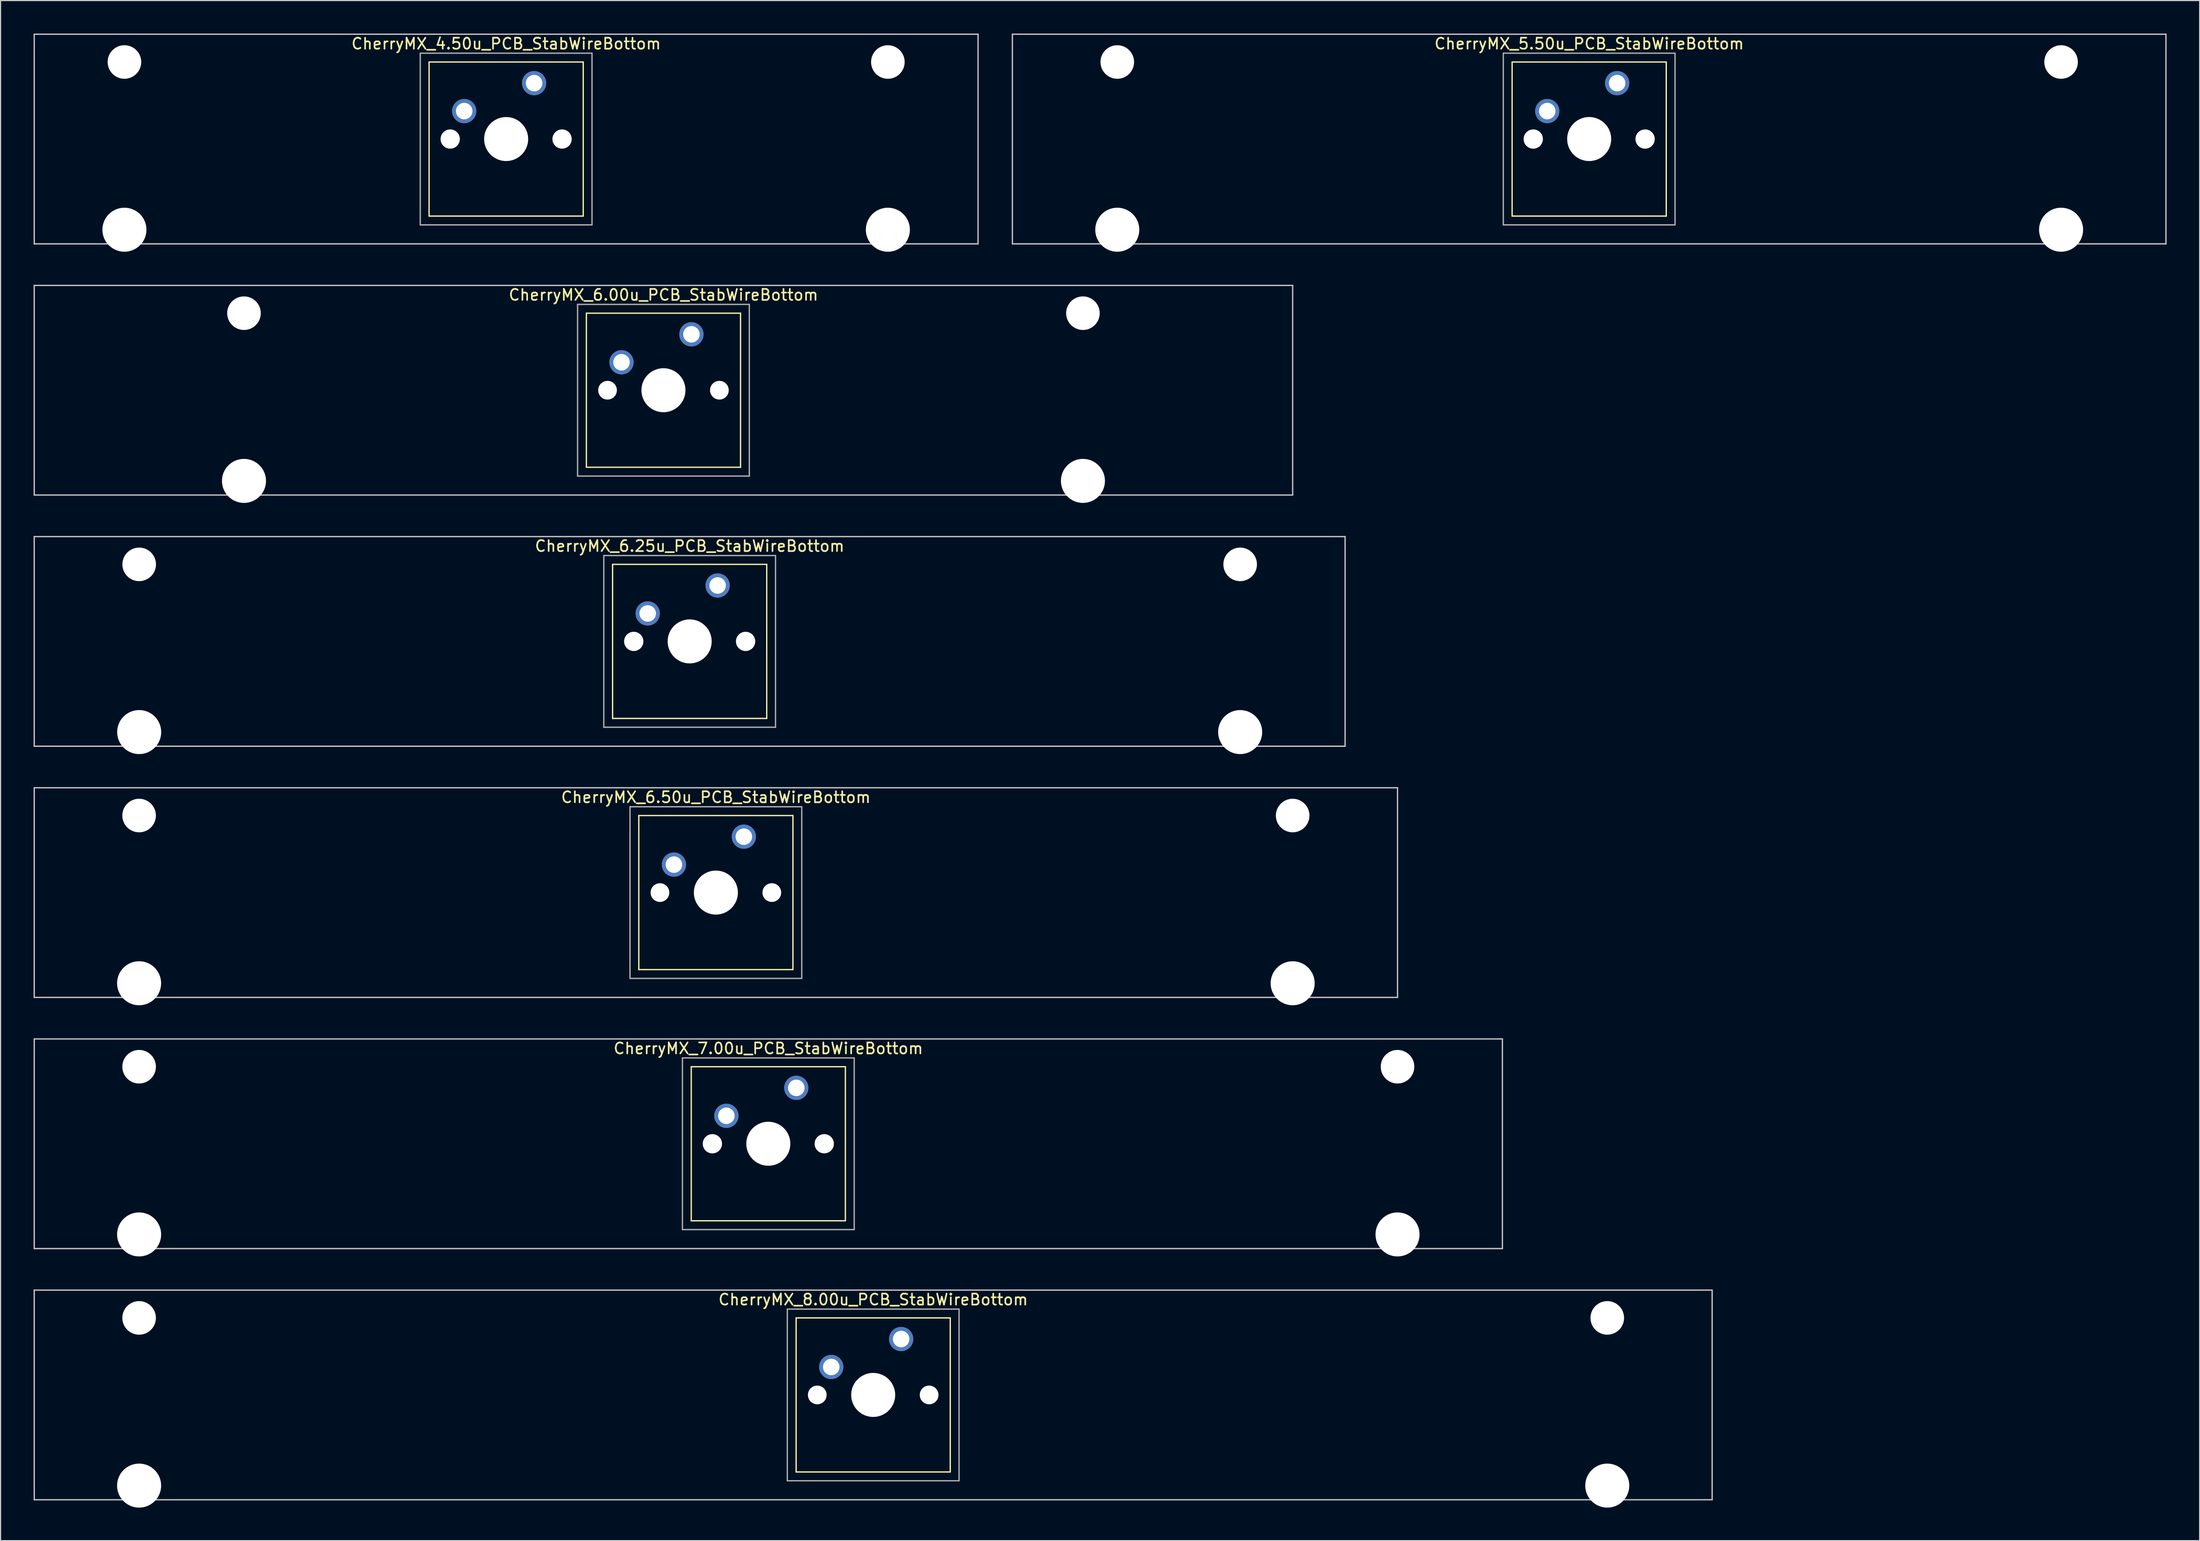
<source format=kicad_pcb>
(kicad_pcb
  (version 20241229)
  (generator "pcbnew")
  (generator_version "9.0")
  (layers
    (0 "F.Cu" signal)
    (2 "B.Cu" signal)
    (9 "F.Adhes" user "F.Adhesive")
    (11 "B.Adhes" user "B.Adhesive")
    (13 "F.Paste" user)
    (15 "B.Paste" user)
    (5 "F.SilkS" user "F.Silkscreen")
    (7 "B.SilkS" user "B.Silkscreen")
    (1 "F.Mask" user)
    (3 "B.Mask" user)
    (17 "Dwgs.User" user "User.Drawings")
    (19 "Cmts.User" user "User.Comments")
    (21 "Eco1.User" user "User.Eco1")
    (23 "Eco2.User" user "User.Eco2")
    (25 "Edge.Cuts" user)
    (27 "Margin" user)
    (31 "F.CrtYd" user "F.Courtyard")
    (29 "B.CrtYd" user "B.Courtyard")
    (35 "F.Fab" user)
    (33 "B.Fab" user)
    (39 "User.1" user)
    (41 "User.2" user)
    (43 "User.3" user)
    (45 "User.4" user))
  (footprint "CherryMX_7.00u_PCB_StabWireBottom"
    (layer "F.Cu")
    (at 66.735 100.885)
    (property "Reference" "CherryMX_7.00u_PCB_StabWireBottom" (at 0 -8.662 0) (layer "F.SilkS") (effects (font (size 1 1) (thickness 0.15))))
    (attr through_hole)
    (fp_line (start -7 -7) (end -7 7) (stroke (width 0.12) (type solid)) (layer "F.SilkS"))
    (fp_line (start -7 -7) (end 7 -7) (stroke (width 0.12) (type solid)) (layer "F.SilkS"))
    (fp_line (start 7 -7) (end 7 7) (stroke (width 0.12) (type solid)) (layer "F.SilkS"))
    (fp_line (start 7 7) (end -7 7) (stroke (width 0.12) (type solid)) (layer "F.SilkS"))
    (fp_line (start -66.675 -9.525) (end 66.675 -9.525) (stroke (width 0.12) (type solid)) (layer "Dwgs.User"))
    (fp_line (start -66.675 9.525) (end -66.675 -9.525) (stroke (width 0.12) (type solid)) (layer "Dwgs.User"))
    (fp_line (start 66.675 -9.525) (end 66.675 9.525) (stroke (width 0.12) (type solid)) (layer "Dwgs.User"))
    (fp_line (start 66.675 9.525) (end -66.675 9.525) (stroke (width 0.12) (type solid)) (layer "Dwgs.User"))
    (fp_line (start -7.8 -7.8) (end -7.8 7.8) (stroke (width 0.12) (type solid)) (layer "F.Fab"))
    (fp_line (start -7.8 -7.8) (end 7.8 -7.8) (stroke (width 0.12) (type solid)) (layer "F.Fab"))
    (fp_line (start -7.8 7.8) (end 7.8 7.8) (stroke (width 0.12) (type solid)) (layer "F.Fab"))
    (fp_line (start 7.8 -7.8) (end 7.8 7.8) (stroke (width 0.12) (type solid)) (layer "F.Fab"))
    (pad "" np_thru_hole circle (at -57.15 -7) (size 3.05 3.05) (drill 3.05) (layers "*.Cu" "*.Mask"))
    (pad "" np_thru_hole circle (at -57.15 8.24) (size 4 4) (drill 4) (layers "*.Cu" "*.Mask"))
    (pad "" np_thru_hole circle (at -5.08 0) (size 1.75 1.75) (drill 1.75) (layers "*.Cu" "*.Mask"))
    (pad "" np_thru_hole circle (at 0 0) (size 4 4) (drill 4) (layers "*.Cu" "*.Mask"))
    (pad "" np_thru_hole circle (at 5.08 0) (size 1.75 1.75) (drill 1.75) (layers "*.Cu" "*.Mask"))
    (pad "" np_thru_hole circle (at 57.15 -7) (size 3.05 3.05) (drill 3.05) (layers "*.Cu" "*.Mask"))
    (pad "" np_thru_hole circle (at 57.15 8.24) (size 4 4) (drill 4) (layers "*.Cu" "*.Mask"))
    (pad "1" thru_hole circle (at -3.81 -2.54) (size 2.2 2.2) (drill 1.5) (layers "*.Cu" "*.Mask"))
    (pad "2" thru_hole circle (at 2.54 -5.08) (size 2.2 2.2) (drill 1.5) (layers "*.Cu" "*.Mask")))
  (footprint "CherryMX_8.00u_PCB_StabWireBottom"
    (layer "F.Cu")
    (at 76.26 123.71)
    (property "Reference" "CherryMX_8.00u_PCB_StabWireBottom" (at 0 -8.662 0) (layer "F.SilkS") (effects (font (size 1 1) (thickness 0.15))))
    (attr through_hole)
    (fp_line (start -7 -7) (end -7 7) (stroke (width 0.12) (type solid)) (layer "F.SilkS"))
    (fp_line (start -7 -7) (end 7 -7) (stroke (width 0.12) (type solid)) (layer "F.SilkS"))
    (fp_line (start 7 -7) (end 7 7) (stroke (width 0.12) (type solid)) (layer "F.SilkS"))
    (fp_line (start 7 7) (end -7 7) (stroke (width 0.12) (type solid)) (layer "F.SilkS"))
    (fp_line (start -76.2 -9.525) (end 76.2 -9.525) (stroke (width 0.12) (type solid)) (layer "Dwgs.User"))
    (fp_line (start -76.2 9.525) (end -76.2 -9.525) (stroke (width 0.12) (type solid)) (layer "Dwgs.User"))
    (fp_line (start 76.2 -9.525) (end 76.2 9.525) (stroke (width 0.12) (type solid)) (layer "Dwgs.User"))
    (fp_line (start 76.2 9.525) (end -76.2 9.525) (stroke (width 0.12) (type solid)) (layer "Dwgs.User"))
    (fp_line (start -7.8 -7.8) (end -7.8 7.8) (stroke (width 0.12) (type solid)) (layer "F.Fab"))
    (fp_line (start -7.8 -7.8) (end 7.8 -7.8) (stroke (width 0.12) (type solid)) (layer "F.Fab"))
    (fp_line (start -7.8 7.8) (end 7.8 7.8) (stroke (width 0.12) (type solid)) (layer "F.Fab"))
    (fp_line (start 7.8 -7.8) (end 7.8 7.8) (stroke (width 0.12) (type solid)) (layer "F.Fab"))
    (pad "" np_thru_hole circle (at -66.675 -7) (size 3.05 3.05) (drill 3.05) (layers "*.Cu" "*.Mask"))
    (pad "" np_thru_hole circle (at -66.675 8.24) (size 4 4) (drill 4) (layers "*.Cu" "*.Mask"))
    (pad "" np_thru_hole circle (at -5.08 0) (size 1.7 1.7) (drill 1.7) (layers "*.Cu" "*.Mask"))
    (pad "" np_thru_hole circle (at 0 0) (size 4 4) (drill 4) (layers "*.Cu" "*.Mask"))
    (pad "" np_thru_hole circle (at 5.08 0) (size 1.7 1.7) (drill 1.7) (layers "*.Cu" "*.Mask"))
    (pad "" np_thru_hole circle (at 66.675 -7) (size 3.05 3.05) (drill 3.05) (layers "*.Cu" "*.Mask"))
    (pad "" np_thru_hole circle (at 66.675 8.24) (size 4 4) (drill 4) (layers "*.Cu" "*.Mask"))
    (pad "1" thru_hole circle (at -3.81 -2.54) (size 2.2 2.2) (drill 1.5) (layers "*.Cu" "*.Mask"))
    (pad "2" thru_hole circle (at 2.54 -5.08) (size 2.2 2.2) (drill 1.5) (layers "*.Cu" "*.Mask")))
  (footprint "CherryMX_4.50u_PCB_StabWireBottom"
    (layer "F.Cu")
    (at 42.922 9.585)
    (property "Reference" "CherryMX_4.50u_PCB_StabWireBottom" (at 0 -8.662 0) (layer "F.SilkS") (effects (font (size 1 1) (thickness 0.15))))
    (attr through_hole)
    (fp_line (start -7 -7) (end -7 7) (stroke (width 0.12) (type solid)) (layer "F.SilkS"))
    (fp_line (start -7 -7) (end 7 -7) (stroke (width 0.12) (type solid)) (layer "F.SilkS"))
    (fp_line (start 7 -7) (end 7 7) (stroke (width 0.12) (type solid)) (layer "F.SilkS"))
    (fp_line (start 7 7) (end -7 7) (stroke (width 0.12) (type solid)) (layer "F.SilkS"))
    (fp_line (start -42.862 -9.525) (end 42.862 -9.525) (stroke (width 0.12) (type solid)) (layer "Dwgs.User"))
    (fp_line (start -42.862 9.525) (end -42.862 -9.525) (stroke (width 0.12) (type solid)) (layer "Dwgs.User"))
    (fp_line (start 42.862 -9.525) (end 42.862 9.525) (stroke (width 0.12) (type solid)) (layer "Dwgs.User"))
    (fp_line (start 42.862 9.525) (end -42.862 9.525) (stroke (width 0.12) (type solid)) (layer "Dwgs.User"))
    (fp_line (start -7.8 -7.8) (end -7.8 7.8) (stroke (width 0.12) (type solid)) (layer "F.Fab"))
    (fp_line (start -7.8 -7.8) (end 7.8 -7.8) (stroke (width 0.12) (type solid)) (layer "F.Fab"))
    (fp_line (start -7.8 7.8) (end 7.8 7.8) (stroke (width 0.12) (type solid)) (layer "F.Fab"))
    (fp_line (start 7.8 -7.8) (end 7.8 7.8) (stroke (width 0.12) (type solid)) (layer "F.Fab"))
    (pad "" np_thru_hole circle (at -34.671 -7) (size 3.05 3.05) (drill 3.05) (layers "*.Cu" "*.Mask"))
    (pad "" np_thru_hole circle (at -34.671 8.24) (size 4 4) (drill 4) (layers "*.Cu" "*.Mask"))
    (pad "" np_thru_hole circle (at -5.08 0) (size 1.75 1.75) (drill 1.75) (layers "*.Cu" "*.Mask"))
    (pad "" np_thru_hole circle (at 0 0) (size 4 4) (drill 4) (layers "*.Cu" "*.Mask"))
    (pad "" np_thru_hole circle (at 5.08 0) (size 1.75 1.75) (drill 1.75) (layers "*.Cu" "*.Mask"))
    (pad "" np_thru_hole circle (at 34.671 -7) (size 3.05 3.05) (drill 3.05) (layers "*.Cu" "*.Mask"))
    (pad "" np_thru_hole circle (at 34.671 8.24) (size 4 4) (drill 4) (layers "*.Cu" "*.Mask"))
    (pad "1" thru_hole circle (at -3.81 -2.54) (size 2.2 2.2) (drill 1.5) (layers "*.Cu" "*.Mask"))
    (pad "2" thru_hole circle (at 2.54 -5.08) (size 2.2 2.2) (drill 1.5) (layers "*.Cu" "*.Mask")))
  (footprint "CherryMX_6.50u_PCB_StabWireBottom"
    (layer "F.Cu")
    (at 61.972 78.06)
    (property "Reference" "CherryMX_6.50u_PCB_StabWireBottom" (at 0 -8.662 0) (layer "F.SilkS") (effects (font (size 1 1) (thickness 0.15))))
    (attr through_hole)
    (fp_line (start -7 -7) (end -7 7) (stroke (width 0.12) (type solid)) (layer "F.SilkS"))
    (fp_line (start -7 -7) (end 7 -7) (stroke (width 0.12) (type solid)) (layer "F.SilkS"))
    (fp_line (start 7 -7) (end 7 7) (stroke (width 0.12) (type solid)) (layer "F.SilkS"))
    (fp_line (start 7 7) (end -7 7) (stroke (width 0.12) (type solid)) (layer "F.SilkS"))
    (fp_line (start -61.913 -9.525) (end 61.913 -9.525) (stroke (width 0.12) (type solid)) (layer "Dwgs.User"))
    (fp_line (start -61.913 9.525) (end -61.913 -9.525) (stroke (width 0.12) (type solid)) (layer "Dwgs.User"))
    (fp_line (start 61.913 -9.525) (end 61.913 9.525) (stroke (width 0.12) (type solid)) (layer "Dwgs.User"))
    (fp_line (start 61.913 9.525) (end -61.913 9.525) (stroke (width 0.12) (type solid)) (layer "Dwgs.User"))
    (fp_line (start -7.8 -7.8) (end -7.8 7.8) (stroke (width 0.12) (type solid)) (layer "F.Fab"))
    (fp_line (start -7.8 -7.8) (end 7.8 -7.8) (stroke (width 0.12) (type solid)) (layer "F.Fab"))
    (fp_line (start -7.8 7.8) (end 7.8 7.8) (stroke (width 0.12) (type solid)) (layer "F.Fab"))
    (fp_line (start 7.8 -7.8) (end 7.8 7.8) (stroke (width 0.12) (type solid)) (layer "F.Fab"))
    (pad "" np_thru_hole circle (at -52.388 -7) (size 3.05 3.05) (drill 3.05) (layers "*.Cu" "*.Mask"))
    (pad "" np_thru_hole circle (at -52.388 8.24) (size 4 4) (drill 4) (layers "*.Cu" "*.Mask"))
    (pad "" np_thru_hole circle (at -5.08 0) (size 1.7 1.7) (drill 1.7) (layers "*.Cu" "*.Mask"))
    (pad "" np_thru_hole circle (at 0 0) (size 4 4) (drill 4) (layers "*.Cu" "*.Mask"))
    (pad "" np_thru_hole circle (at 5.08 0) (size 1.7 1.7) (drill 1.7) (layers "*.Cu" "*.Mask"))
    (pad "" np_thru_hole circle (at 52.388 -7) (size 3.05 3.05) (drill 3.05) (layers "*.Cu" "*.Mask"))
    (pad "" np_thru_hole circle (at 52.388 8.24) (size 4 4) (drill 4) (layers "*.Cu" "*.Mask"))
    (pad "1" thru_hole circle (at -3.81 -2.54) (size 2.2 2.2) (drill 1.5) (layers "*.Cu" "*.Mask"))
    (pad "2" thru_hole circle (at 2.54 -5.08) (size 2.2 2.2) (drill 1.5) (layers "*.Cu" "*.Mask")))
  (footprint "CherryMX_6.25u_PCB_StabWireBottom"
    (layer "F.Cu")
    (at 59.591 55.235)
    (property "Reference" "CherryMX_6.25u_PCB_StabWireBottom" (at 0 -8.662 0) (layer "F.SilkS") (effects (font (size 1 1) (thickness 0.15))))
    (attr through_hole)
    (fp_line (start -7 -7) (end -7 7) (stroke (width 0.12) (type solid)) (layer "F.SilkS"))
    (fp_line (start -7 -7) (end 7 -7) (stroke (width 0.12) (type solid)) (layer "F.SilkS"))
    (fp_line (start 7 -7) (end 7 7) (stroke (width 0.12) (type solid)) (layer "F.SilkS"))
    (fp_line (start 7 7) (end -7 7) (stroke (width 0.12) (type solid)) (layer "F.SilkS"))
    (fp_line (start -59.531 -9.525) (end 59.531 -9.525) (stroke (width 0.12) (type solid)) (layer "Dwgs.User"))
    (fp_line (start -59.531 9.525) (end -59.531 -9.525) (stroke (width 0.12) (type solid)) (layer "Dwgs.User"))
    (fp_line (start 59.531 -9.525) (end 59.531 9.525) (stroke (width 0.12) (type solid)) (layer "Dwgs.User"))
    (fp_line (start 59.531 9.525) (end -59.531 9.525) (stroke (width 0.12) (type solid)) (layer "Dwgs.User"))
    (fp_line (start -7.8 -7.8) (end -7.8 7.8) (stroke (width 0.12) (type solid)) (layer "F.Fab"))
    (fp_line (start -7.8 -7.8) (end 7.8 -7.8) (stroke (width 0.12) (type solid)) (layer "F.Fab"))
    (fp_line (start -7.8 7.8) (end 7.8 7.8) (stroke (width 0.12) (type solid)) (layer "F.Fab"))
    (fp_line (start 7.8 -7.8) (end 7.8 7.8) (stroke (width 0.12) (type solid)) (layer "F.Fab"))
    (pad "" np_thru_hole circle (at -50 -7) (size 3.05 3.05) (drill 3.05) (layers "*.Cu" "*.Mask"))
    (pad "" np_thru_hole circle (at -50 8.24) (size 4 4) (drill 4) (layers "*.Cu" "*.Mask"))
    (pad "" np_thru_hole circle (at -5.08 0) (size 1.75 1.75) (drill 1.75) (layers "*.Cu" "*.Mask"))
    (pad "" np_thru_hole circle (at 0 0) (size 4 4) (drill 4) (layers "*.Cu" "*.Mask"))
    (pad "" np_thru_hole circle (at 5.08 0) (size 1.75 1.75) (drill 1.75) (layers "*.Cu" "*.Mask"))
    (pad "" np_thru_hole circle (at 50 -7) (size 3.05 3.05) (drill 3.05) (layers "*.Cu" "*.Mask"))
    (pad "" np_thru_hole circle (at 50 8.24) (size 4 4) (drill 4) (layers "*.Cu" "*.Mask"))
    (pad "1" thru_hole circle (at -3.81 -2.54) (size 2.2 2.2) (drill 1.5) (layers "*.Cu" "*.Mask"))
    (pad "2" thru_hole circle (at 2.54 -5.08) (size 2.2 2.2) (drill 1.5) (layers "*.Cu" "*.Mask")))
  (footprint "CherryMX_5.50u_PCB_StabWireBottom"
    (layer "F.Cu")
    (at 141.292 9.585)
    (property "Reference" "CherryMX_5.50u_PCB_StabWireBottom" (at 0 -8.662 0) (layer "F.SilkS") (effects (font (size 1 1) (thickness 0.15))))
    (attr through_hole)
    (fp_line (start -7 -7) (end -7 7) (stroke (width 0.12) (type solid)) (layer "F.SilkS"))
    (fp_line (start -7 -7) (end 7 -7) (stroke (width 0.12) (type solid)) (layer "F.SilkS"))
    (fp_line (start 7 -7) (end 7 7) (stroke (width 0.12) (type solid)) (layer "F.SilkS"))
    (fp_line (start 7 7) (end -7 7) (stroke (width 0.12) (type solid)) (layer "F.SilkS"))
    (fp_line (start -52.388 -9.525) (end 52.388 -9.525) (stroke (width 0.12) (type solid)) (layer "Dwgs.User"))
    (fp_line (start -52.388 9.525) (end -52.388 -9.525) (stroke (width 0.12) (type solid)) (layer "Dwgs.User"))
    (fp_line (start 52.388 -9.525) (end 52.388 9.525) (stroke (width 0.12) (type solid)) (layer "Dwgs.User"))
    (fp_line (start 52.388 9.525) (end -52.388 9.525) (stroke (width 0.12) (type solid)) (layer "Dwgs.User"))
    (fp_line (start -7.8 -7.8) (end -7.8 7.8) (stroke (width 0.12) (type solid)) (layer "F.Fab"))
    (fp_line (start -7.8 -7.8) (end 7.8 -7.8) (stroke (width 0.12) (type solid)) (layer "F.Fab"))
    (fp_line (start -7.8 7.8) (end 7.8 7.8) (stroke (width 0.12) (type solid)) (layer "F.Fab"))
    (fp_line (start 7.8 -7.8) (end 7.8 7.8) (stroke (width 0.12) (type solid)) (layer "F.Fab"))
    (pad "" np_thru_hole circle (at -42.862 -7) (size 3.05 3.05) (drill 3.05) (layers "*.Cu" "*.Mask"))
    (pad "" np_thru_hole circle (at -42.862 8.24) (size 4 4) (drill 4) (layers "*.Cu" "*.Mask"))
    (pad "" np_thru_hole circle (at -5.08 0) (size 1.75 1.75) (drill 1.75) (layers "*.Cu" "*.Mask"))
    (pad "" np_thru_hole circle (at 0 0) (size 4 4) (drill 4) (layers "*.Cu" "*.Mask"))
    (pad "" np_thru_hole circle (at 5.08 0) (size 1.75 1.75) (drill 1.75) (layers "*.Cu" "*.Mask"))
    (pad "" np_thru_hole circle (at 42.862 -7) (size 3.05 3.05) (drill 3.05) (layers "*.Cu" "*.Mask"))
    (pad "" np_thru_hole circle (at 42.862 8.24) (size 4 4) (drill 4) (layers "*.Cu" "*.Mask"))
    (pad "1" thru_hole circle (at -3.81 -2.54) (size 2.2 2.2) (drill 1.5) (layers "*.Cu" "*.Mask"))
    (pad "2" thru_hole circle (at 2.54 -5.08) (size 2.2 2.2) (drill 1.5) (layers "*.Cu" "*.Mask")))
  (footprint "CherryMX_6.00u_PCB_StabWireBottom"
    (layer "F.Cu")
    (at 57.21 32.41)
    (property "Reference" "CherryMX_6.00u_PCB_StabWireBottom" (at 0 -8.662 0) (layer "F.SilkS") (effects (font (size 1 1) (thickness 0.15))))
    (attr through_hole)
    (fp_line (start -7 -7) (end -7 7) (stroke (width 0.12) (type solid)) (layer "F.SilkS"))
    (fp_line (start -7 -7) (end 7 -7) (stroke (width 0.12) (type solid)) (layer "F.SilkS"))
    (fp_line (start 7 -7) (end 7 7) (stroke (width 0.12) (type solid)) (layer "F.SilkS"))
    (fp_line (start 7 7) (end -7 7) (stroke (width 0.12) (type solid)) (layer "F.SilkS"))
    (fp_line (start -57.15 -9.525) (end 57.15 -9.525) (stroke (width 0.12) (type solid)) (layer "Dwgs.User"))
    (fp_line (start -57.15 9.525) (end -57.15 -9.525) (stroke (width 0.12) (type solid)) (layer "Dwgs.User"))
    (fp_line (start 57.15 -9.525) (end 57.15 9.525) (stroke (width 0.12) (type solid)) (layer "Dwgs.User"))
    (fp_line (start 57.15 9.525) (end -57.15 9.525) (stroke (width 0.12) (type solid)) (layer "Dwgs.User"))
    (fp_line (start -7.8 -7.8) (end -7.8 7.8) (stroke (width 0.12) (type solid)) (layer "F.Fab"))
    (fp_line (start -7.8 -7.8) (end 7.8 -7.8) (stroke (width 0.12) (type solid)) (layer "F.Fab"))
    (fp_line (start -7.8 7.8) (end 7.8 7.8) (stroke (width 0.12) (type solid)) (layer "F.Fab"))
    (fp_line (start 7.8 -7.8) (end 7.8 7.8) (stroke (width 0.12) (type solid)) (layer "F.Fab"))
    (pad "" np_thru_hole circle (at -38.1 -7) (size 3.05 3.05) (drill 3.05) (layers "*.Cu" "*.Mask"))
    (pad "" np_thru_hole circle (at -38.1 8.24) (size 4 4) (drill 4) (layers "*.Cu" "*.Mask"))
    (pad "" np_thru_hole circle (at -5.08 0) (size 1.7 1.7) (drill 1.7) (layers "*.Cu" "*.Mask"))
    (pad "" np_thru_hole circle (at 0 0) (size 4 4) (drill 4) (layers "*.Cu" "*.Mask"))
    (pad "" np_thru_hole circle (at 5.08 0) (size 1.7 1.7) (drill 1.7) (layers "*.Cu" "*.Mask"))
    (pad "" np_thru_hole circle (at 38.1 -7) (size 3.05 3.05) (drill 3.05) (layers "*.Cu" "*.Mask"))
    (pad "" np_thru_hole circle (at 38.1 8.24) (size 4 4) (drill 4) (layers "*.Cu" "*.Mask"))
    (pad "1" thru_hole circle (at -3.81 -2.54) (size 2.2 2.2) (drill 1.5) (layers "*.Cu" "*.Mask"))
    (pad "2" thru_hole circle (at 2.54 -5.08) (size 2.2 2.2) (drill 1.5) (layers "*.Cu" "*.Mask")))
  (gr_rect
    (start -3 -3)
    (end 196.74 136.95)
    (stroke (width 0.1) (type default))
    (fill no)
    (layer "Edge.Cuts")))
</source>
